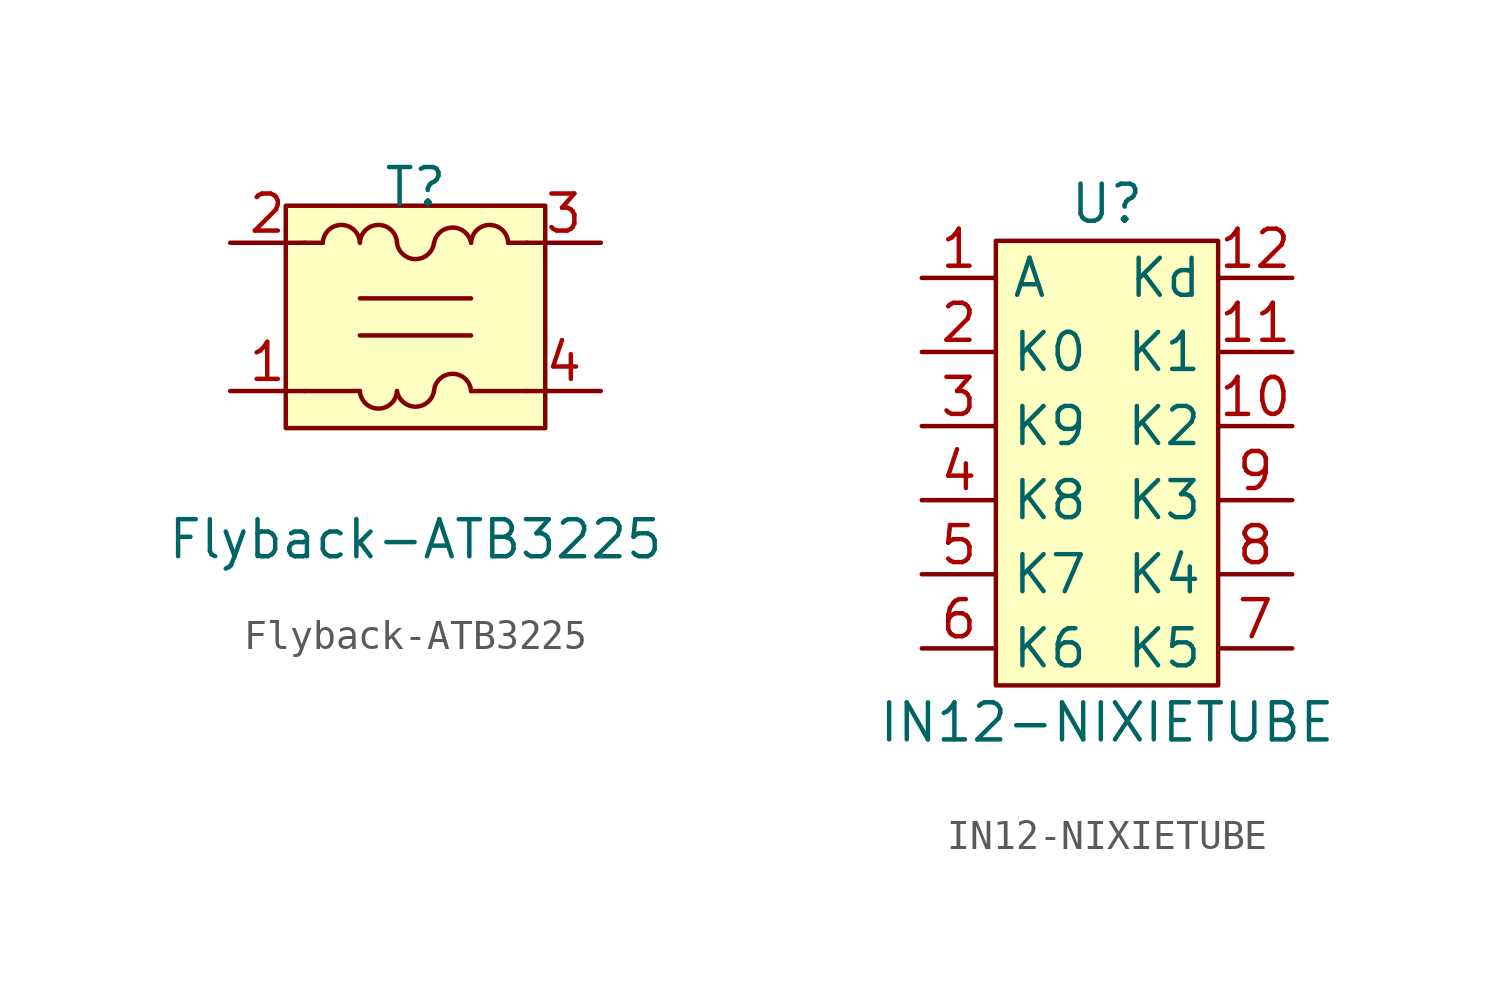
<source format=kicad_sym>
(kicad_symbol_lib
  (version 20241209)
  (generator "kicad_symbol_editor")
  (generator_version "9.0")
  (symbol "Flyback-ATB3225"
    (property "Reference" "T"
      (at 0 4.445 0)
      (effects (font (size 1.27 1.27))))
    (property "Value" "Flyback-ATB3225"
      (at 0 -7.62 0)
      (effects (font (size 1.27 1.27))))
    (symbol "Flyback-ATB3225_0_1"
      (rectangle (start -4.445 3.81) (end 4.445 -3.81) (stroke (width 0) (type default)) (fill (type background)))
      (polyline (pts (xy -3.81 2.54) (xy -3.175 2.54)) (stroke (width 0) (type default)) (fill (type none)))
      (polyline (pts (xy -3.81 -2.54) (xy -1.905 -2.54)) (stroke (width 0) (type default)) (fill (type none)))
      (arc (start -3.175 2.54) (mid -2.54 3.1502) (end -1.905 2.54) (stroke (width 0) (type default)) (fill (type none)))
      (polyline (pts (xy -1.905 -0.635) (xy 1.905 -0.635)) (stroke (width 0) (type default)) (fill (type none)))
      (arc (start -1.905 2.54) (mid -1.27 3.1502) (end -0.635 2.54) (stroke (width 0) (type default)) (fill (type none)))
      (arc (start -0.635 -2.54) (mid -1.27 -3.1421) (end -1.905 -2.54) (stroke (width 0) (type default)) (fill (type none)))
      (arc (start 0.635 2.54) (mid 0 1.9798) (end -0.635 2.54) (stroke (width 0) (type default)) (fill (type none)))
      (arc (start 0.635 -2.54) (mid 0 -3.0762) (end -0.635 -2.54) (stroke (width 0) (type default)) (fill (type none)))
      (arc (start 0.635 2.54) (mid 1.27 3.063) (end 1.905 2.54) (stroke (width 0) (type default)) (fill (type none)))
      (arc (start 0.635 -2.54) (mid 1.27 -1.9498) (end 1.905 -2.54) (stroke (width 0) (type default)) (fill (type none)))
      (polyline (pts (xy 1.905 0.635) (xy -1.905 0.635)) (stroke (width 0) (type default)) (fill (type none)))
      (arc (start 1.905 2.54) (mid 2.54 3.1502) (end 3.175 2.54) (stroke (width 0) (type default)) (fill (type none)))
      (polyline (pts (xy 3.81 2.54) (xy 3.175 2.54)) (stroke (width 0) (type default)) (fill (type none)))
      (polyline (pts (xy 3.81 -2.54) (xy 1.905 -2.54)) (stroke (width 0) (type default)) (fill (type none))))
    (symbol "Flyback-ATB3225_1_1"
      (pin bidirectional line (at -6.35 2.54 0) (length 2.54) (name "" (effects (font (size 1.27 1.27)))) (number "2" (effects (font (size 1.27 1.27)))))
      (pin bidirectional line (at -6.35 -2.54 0) (length 2.54) (name "" (effects (font (size 1.27 1.27)))) (number "1" (effects (font (size 1.27 1.27)))))
      (pin bidirectional line (at 6.35 2.54 180) (length 2.54) (name "" (effects (font (size 1.27 1.27)))) (number "3" (effects (font (size 1.27 1.27)))))
      (pin bidirectional line (at 6.35 -2.54 180) (length 2.54) (name "" (effects (font (size 1.27 1.27)))) (number "4" (effects (font (size 1.27 1.27)))))))
  (symbol "IN12-NIXIETUBE"
    (property "Reference" "U"
      (at 0 7.62 0)
      (effects (font (size 1.27 1.27))))
    (property "Value" "IN12-NIXIETUBE"
      (at 0 -10.16 0)
      (effects (font (size 1.27 1.27))))
    (symbol "IN12-NIXIETUBE_0_1"
      (rectangle (start -3.81 6.35) (end 3.81 -8.89) (stroke (width 0.152) (type default)) (fill (type background))))
    (symbol "IN12-NIXIETUBE_1_1"
      (pin input line (at -6.35 5.08 0) (length 2.54) (name "A" (effects (font (size 1.27 1.27)))) (number "1" (effects (font (size 1.27 1.27)))))
      (pin input line (at -6.35 2.54 0) (length 2.54) (name "K0" (effects (font (size 1.27 1.27)))) (number "2" (effects (font (size 1.27 1.27)))))
      (pin input line (at -6.35 0 0) (length 2.54) (name "K9" (effects (font (size 1.27 1.27)))) (number "3" (effects (font (size 1.27 1.27)))))
      (pin input line (at -6.35 -2.54 0) (length 2.54) (name "K8" (effects (font (size 1.27 1.27)))) (number "4" (effects (font (size 1.27 1.27)))))
      (pin input line (at -6.35 -5.08 0) (length 2.54) (name "K7" (effects (font (size 1.27 1.27)))) (number "5" (effects (font (size 1.27 1.27)))))
      (pin input line (at -6.35 -7.62 0) (length 2.54) (name "K6" (effects (font (size 1.27 1.27)))) (number "6" (effects (font (size 1.27 1.27)))))
      (pin input line (at 6.35 5.08 180) (length 2.54) (name "Kd" (effects (font (size 1.27 1.27)))) (number "12" (effects (font (size 1.27 1.27)))))
      (pin input line (at 6.35 2.54 180) (length 2.54) (name "K1" (effects (font (size 1.27 1.27)))) (number "11" (effects (font (size 1.27 1.27)))))
      (pin input line (at 6.35 0 180) (length 2.54) (name "K2" (effects (font (size 1.27 1.27)))) (number "10" (effects (font (size 1.27 1.27)))))
      (pin input line (at 6.35 -2.54 180) (length 2.54) (name "K3" (effects (font (size 1.27 1.27)))) (number "9" (effects (font (size 1.27 1.27)))))
      (pin input line (at 6.35 -5.08 180) (length 2.54) (name "K4" (effects (font (size 1.27 1.27)))) (number "8" (effects (font (size 1.27 1.27)))))
      (pin input line (at 6.35 -7.62 180) (length 2.54) (name "K5" (effects (font (size 1.27 1.27)))) (number "7" (effects (font (size 1.27 1.27))))))))
</source>
